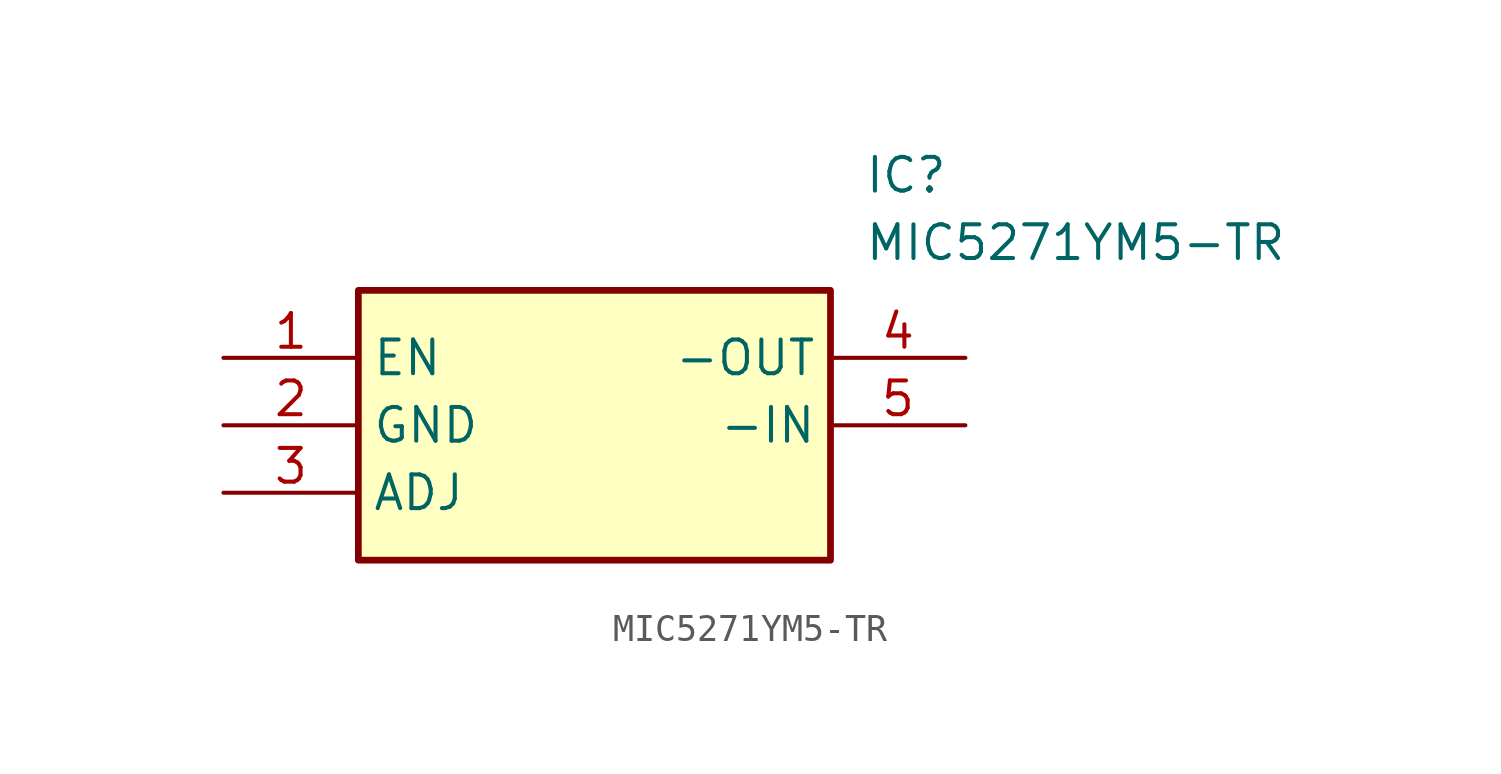
<source format=kicad_sym>
(kicad_symbol_lib
  (version 20211014)
  (generator SamacSys_ECAD_Model)
  (symbol "MIC5271YM5-TR"
    (property "Reference" "IC"
      (at 24.13 7.62 0)
      (effects (font (size 1.27 1.27)) (justify left top)))
    (property "Value" "MIC5271YM5-TR"
      (at 24.13 5.08 0)
      (effects (font (size 1.27 1.27)) (justify left top)))
    (rectangle
      (start 5.08 2.54)
      (end 22.86 -7.62)
      (stroke (width 0.254) (type default))
      (fill (type background)))
    (pin passive line
      (at 0 0 0)
      (length 5.08)
      (name "EN" (effects (font (size 1.27 1.27))))
      (number "1" (effects (font (size 1.27 1.27)))))
    (pin passive line
      (at 0 -2.54 0)
      (length 5.08)
      (name "GND" (effects (font (size 1.27 1.27))))
      (number "2" (effects (font (size 1.27 1.27)))))
    (pin passive line
      (at 0 -5.08 0)
      (length 5.08)
      (name "ADJ" (effects (font (size 1.27 1.27))))
      (number "3" (effects (font (size 1.27 1.27)))))
    (pin passive line
      (at 27.94 0 180)
      (length 5.08)
      (name "-OUT" (effects (font (size 1.27 1.27))))
      (number "4" (effects (font (size 1.27 1.27)))))
    (pin passive line
      (at 27.94 -2.54 180)
      (length 5.08)
      (name "-IN" (effects (font (size 1.27 1.27))))
      (number "5" (effects (font (size 1.27 1.27)))))))
</source>
